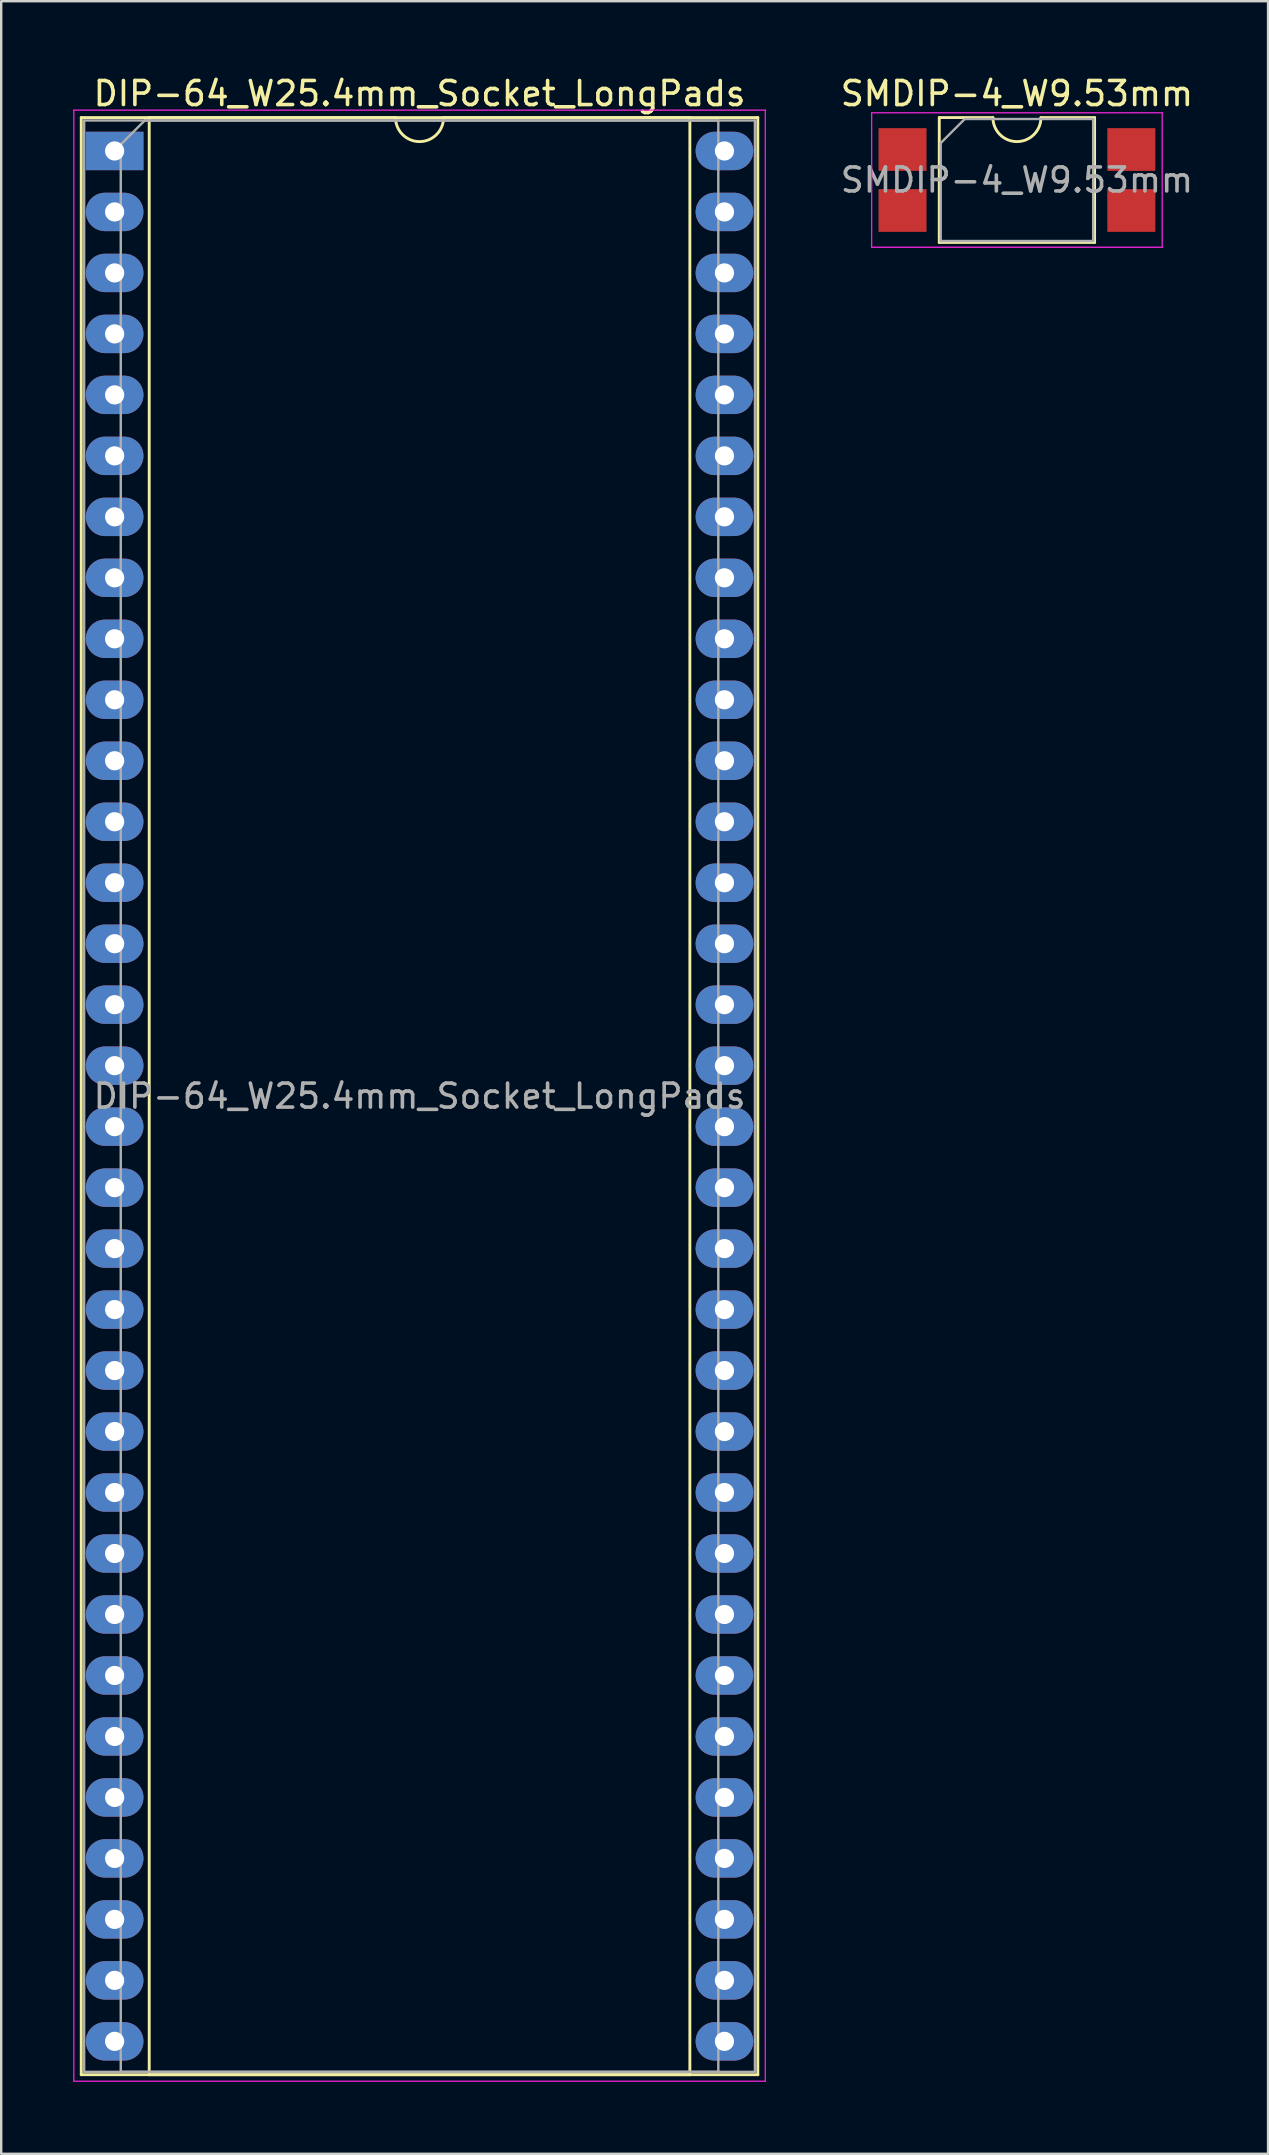
<source format=kicad_pcb>
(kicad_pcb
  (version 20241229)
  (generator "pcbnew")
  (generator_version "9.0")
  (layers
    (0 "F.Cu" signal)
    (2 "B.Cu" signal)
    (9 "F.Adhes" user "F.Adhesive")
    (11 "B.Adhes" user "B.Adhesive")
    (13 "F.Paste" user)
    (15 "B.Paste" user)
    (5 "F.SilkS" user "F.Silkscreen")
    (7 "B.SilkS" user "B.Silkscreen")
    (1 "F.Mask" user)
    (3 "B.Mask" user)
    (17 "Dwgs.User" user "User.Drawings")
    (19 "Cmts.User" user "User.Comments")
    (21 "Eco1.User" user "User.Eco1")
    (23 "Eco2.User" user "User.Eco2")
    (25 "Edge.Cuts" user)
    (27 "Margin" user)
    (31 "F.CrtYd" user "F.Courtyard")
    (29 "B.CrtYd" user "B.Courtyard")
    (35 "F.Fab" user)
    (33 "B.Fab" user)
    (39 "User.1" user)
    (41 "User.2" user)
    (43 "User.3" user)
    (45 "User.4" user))
  (footprint "DIP-64_W25.4mm_Socket_LongPads"
    (layer "F.Cu")
    (at 1.725 3.238)
    (property "Reference" "DIP-64_W25.4mm_Socket_LongPads" (at 12.7 -2.39 0) (layer "F.SilkS") (effects (font (size 1 1) (thickness 0.15))))
    (attr through_hole)
    (fp_line (start -1.39 -1.39) (end -1.39 80.13) (stroke (width 0.12) (type solid)) (layer "F.SilkS"))
    (fp_line (start -1.39 80.13) (end 26.79 80.13) (stroke (width 0.12) (type solid)) (layer "F.SilkS"))
    (fp_line (start 1.44 -1.39) (end 1.44 80.13) (stroke (width 0.12) (type solid)) (layer "F.SilkS"))
    (fp_line (start 1.44 80.13) (end 23.96 80.13) (stroke (width 0.12) (type solid)) (layer "F.SilkS"))
    (fp_line (start 11.7 -1.39) (end 1.44 -1.39) (stroke (width 0.12) (type solid)) (layer "F.SilkS"))
    (fp_line (start 23.96 -1.39) (end 13.7 -1.39) (stroke (width 0.12) (type solid)) (layer "F.SilkS"))
    (fp_line (start 23.96 80.13) (end 23.96 -1.39) (stroke (width 0.12) (type solid)) (layer "F.SilkS"))
    (fp_line (start 26.79 -1.39) (end -1.39 -1.39) (stroke (width 0.12) (type solid)) (layer "F.SilkS"))
    (fp_line (start 26.79 80.13) (end 26.79 -1.39) (stroke (width 0.12) (type solid)) (layer "F.SilkS"))
    (fp_arc (start 13.7 -1.39) (mid 12.7 -0.39) (end 11.7 -1.39) (stroke (width 0.12) (type solid)) (layer "F.SilkS"))
    (fp_line (start -1.7 -1.7) (end -1.7 80.4) (stroke (width 0.05) (type solid)) (layer "F.CrtYd"))
    (fp_line (start -1.7 80.4) (end 27.1 80.4) (stroke (width 0.05) (type solid)) (layer "F.CrtYd"))
    (fp_line (start 27.1 -1.7) (end -1.7 -1.7) (stroke (width 0.05) (type solid)) (layer "F.CrtYd"))
    (fp_line (start 27.1 80.4) (end 27.1 -1.7) (stroke (width 0.05) (type solid)) (layer "F.CrtYd"))
    (fp_line (start -1.27 -1.27) (end -1.27 80.01) (stroke (width 0.1) (type solid)) (layer "F.Fab"))
    (fp_line (start -1.27 80.01) (end 26.67 80.01) (stroke (width 0.1) (type solid)) (layer "F.Fab"))
    (fp_line (start 0.255 -0.27) (end 1.255 -1.27) (stroke (width 0.1) (type solid)) (layer "F.Fab"))
    (fp_line (start 0.255 80.01) (end 0.255 -0.27) (stroke (width 0.1) (type solid)) (layer "F.Fab"))
    (fp_line (start 1.255 -1.27) (end 25.145 -1.27) (stroke (width 0.1) (type solid)) (layer "F.Fab"))
    (fp_line (start 25.145 -1.27) (end 25.145 80.01) (stroke (width 0.1) (type solid)) (layer "F.Fab"))
    (fp_line (start 25.145 80.01) (end 0.255 80.01) (stroke (width 0.1) (type solid)) (layer "F.Fab"))
    (fp_line (start 26.67 -1.27) (end -1.27 -1.27) (stroke (width 0.1) (type solid)) (layer "F.Fab"))
    (fp_line (start 26.67 80.01) (end 26.67 -1.27) (stroke (width 0.1) (type solid)) (layer "F.Fab"))
    (fp_text user "${REFERENCE}" (at 12.7 39.37 0) (layer "F.Fab") (effects (font (size 1 1) (thickness 0.15))))
    (pad "1" thru_hole rect (at 0 0) (size 2.4 1.6) (drill 0.8) (layers "*.Cu" "*.Mask"))
    (pad "2" thru_hole oval (at 0 2.54) (size 2.4 1.6) (drill 0.8) (layers "*.Cu" "*.Mask"))
    (pad "3" thru_hole oval (at 0 5.08) (size 2.4 1.6) (drill 0.8) (layers "*.Cu" "*.Mask"))
    (pad "4" thru_hole oval (at 0 7.62) (size 2.4 1.6) (drill 0.8) (layers "*.Cu" "*.Mask"))
    (pad "5" thru_hole oval (at 0 10.16) (size 2.4 1.6) (drill 0.8) (layers "*.Cu" "*.Mask"))
    (pad "6" thru_hole oval (at 0 12.7) (size 2.4 1.6) (drill 0.8) (layers "*.Cu" "*.Mask"))
    (pad "7" thru_hole oval (at 0 15.24) (size 2.4 1.6) (drill 0.8) (layers "*.Cu" "*.Mask"))
    (pad "8" thru_hole oval (at 0 17.78) (size 2.4 1.6) (drill 0.8) (layers "*.Cu" "*.Mask"))
    (pad "9" thru_hole oval (at 0 20.32) (size 2.4 1.6) (drill 0.8) (layers "*.Cu" "*.Mask"))
    (pad "10" thru_hole oval (at 0 22.86) (size 2.4 1.6) (drill 0.8) (layers "*.Cu" "*.Mask"))
    (pad "11" thru_hole oval (at 0 25.4) (size 2.4 1.6) (drill 0.8) (layers "*.Cu" "*.Mask"))
    (pad "12" thru_hole oval (at 0 27.94) (size 2.4 1.6) (drill 0.8) (layers "*.Cu" "*.Mask"))
    (pad "13" thru_hole oval (at 0 30.48) (size 2.4 1.6) (drill 0.8) (layers "*.Cu" "*.Mask"))
    (pad "14" thru_hole oval (at 0 33.02) (size 2.4 1.6) (drill 0.8) (layers "*.Cu" "*.Mask"))
    (pad "15" thru_hole oval (at 0 35.56) (size 2.4 1.6) (drill 0.8) (layers "*.Cu" "*.Mask"))
    (pad "16" thru_hole oval (at 0 38.1) (size 2.4 1.6) (drill 0.8) (layers "*.Cu" "*.Mask"))
    (pad "17" thru_hole oval (at 0 40.64) (size 2.4 1.6) (drill 0.8) (layers "*.Cu" "*.Mask"))
    (pad "18" thru_hole oval (at 0 43.18) (size 2.4 1.6) (drill 0.8) (layers "*.Cu" "*.Mask"))
    (pad "19" thru_hole oval (at 0 45.72) (size 2.4 1.6) (drill 0.8) (layers "*.Cu" "*.Mask"))
    (pad "20" thru_hole oval (at 0 48.26) (size 2.4 1.6) (drill 0.8) (layers "*.Cu" "*.Mask"))
    (pad "21" thru_hole oval (at 0 50.8) (size 2.4 1.6) (drill 0.8) (layers "*.Cu" "*.Mask"))
    (pad "22" thru_hole oval (at 0 53.34) (size 2.4 1.6) (drill 0.8) (layers "*.Cu" "*.Mask"))
    (pad "23" thru_hole oval (at 0 55.88) (size 2.4 1.6) (drill 0.8) (layers "*.Cu" "*.Mask"))
    (pad "24" thru_hole oval (at 0 58.42) (size 2.4 1.6) (drill 0.8) (layers "*.Cu" "*.Mask"))
    (pad "25" thru_hole oval (at 0 60.96) (size 2.4 1.6) (drill 0.8) (layers "*.Cu" "*.Mask"))
    (pad "26" thru_hole oval (at 0 63.5) (size 2.4 1.6) (drill 0.8) (layers "*.Cu" "*.Mask"))
    (pad "27" thru_hole oval (at 0 66.04) (size 2.4 1.6) (drill 0.8) (layers "*.Cu" "*.Mask"))
    (pad "28" thru_hole oval (at 0 68.58) (size 2.4 1.6) (drill 0.8) (layers "*.Cu" "*.Mask"))
    (pad "29" thru_hole oval (at 0 71.12) (size 2.4 1.6) (drill 0.8) (layers "*.Cu" "*.Mask"))
    (pad "30" thru_hole oval (at 0 73.66) (size 2.4 1.6) (drill 0.8) (layers "*.Cu" "*.Mask"))
    (pad "31" thru_hole oval (at 0 76.2) (size 2.4 1.6) (drill 0.8) (layers "*.Cu" "*.Mask"))
    (pad "32" thru_hole oval (at 0 78.74) (size 2.4 1.6) (drill 0.8) (layers "*.Cu" "*.Mask"))
    (pad "33" thru_hole oval (at 25.4 78.74) (size 2.4 1.6) (drill 0.8) (layers "*.Cu" "*.Mask"))
    (pad "34" thru_hole oval (at 25.4 76.2) (size 2.4 1.6) (drill 0.8) (layers "*.Cu" "*.Mask"))
    (pad "35" thru_hole oval (at 25.4 73.66) (size 2.4 1.6) (drill 0.8) (layers "*.Cu" "*.Mask"))
    (pad "36" thru_hole oval (at 25.4 71.12) (size 2.4 1.6) (drill 0.8) (layers "*.Cu" "*.Mask"))
    (pad "37" thru_hole oval (at 25.4 68.58) (size 2.4 1.6) (drill 0.8) (layers "*.Cu" "*.Mask"))
    (pad "38" thru_hole oval (at 25.4 66.04) (size 2.4 1.6) (drill 0.8) (layers "*.Cu" "*.Mask"))
    (pad "39" thru_hole oval (at 25.4 63.5) (size 2.4 1.6) (drill 0.8) (layers "*.Cu" "*.Mask"))
    (pad "40" thru_hole oval (at 25.4 60.96) (size 2.4 1.6) (drill 0.8) (layers "*.Cu" "*.Mask"))
    (pad "41" thru_hole oval (at 25.4 58.42) (size 2.4 1.6) (drill 0.8) (layers "*.Cu" "*.Mask"))
    (pad "42" thru_hole oval (at 25.4 55.88) (size 2.4 1.6) (drill 0.8) (layers "*.Cu" "*.Mask"))
    (pad "43" thru_hole oval (at 25.4 53.34) (size 2.4 1.6) (drill 0.8) (layers "*.Cu" "*.Mask"))
    (pad "44" thru_hole oval (at 25.4 50.8) (size 2.4 1.6) (drill 0.8) (layers "*.Cu" "*.Mask"))
    (pad "45" thru_hole oval (at 25.4 48.26) (size 2.4 1.6) (drill 0.8) (layers "*.Cu" "*.Mask"))
    (pad "46" thru_hole oval (at 25.4 45.72) (size 2.4 1.6) (drill 0.8) (layers "*.Cu" "*.Mask"))
    (pad "47" thru_hole oval (at 25.4 43.18) (size 2.4 1.6) (drill 0.8) (layers "*.Cu" "*.Mask"))
    (pad "48" thru_hole oval (at 25.4 40.64) (size 2.4 1.6) (drill 0.8) (layers "*.Cu" "*.Mask"))
    (pad "49" thru_hole oval (at 25.4 38.1) (size 2.4 1.6) (drill 0.8) (layers "*.Cu" "*.Mask"))
    (pad "50" thru_hole oval (at 25.4 35.56) (size 2.4 1.6) (drill 0.8) (layers "*.Cu" "*.Mask"))
    (pad "51" thru_hole oval (at 25.4 33.02) (size 2.4 1.6) (drill 0.8) (layers "*.Cu" "*.Mask"))
    (pad "52" thru_hole oval (at 25.4 30.48) (size 2.4 1.6) (drill 0.8) (layers "*.Cu" "*.Mask"))
    (pad "53" thru_hole oval (at 25.4 27.94) (size 2.4 1.6) (drill 0.8) (layers "*.Cu" "*.Mask"))
    (pad "54" thru_hole oval (at 25.4 25.4) (size 2.4 1.6) (drill 0.8) (layers "*.Cu" "*.Mask"))
    (pad "55" thru_hole oval (at 25.4 22.86) (size 2.4 1.6) (drill 0.8) (layers "*.Cu" "*.Mask"))
    (pad "56" thru_hole oval (at 25.4 20.32) (size 2.4 1.6) (drill 0.8) (layers "*.Cu" "*.Mask"))
    (pad "57" thru_hole oval (at 25.4 17.78) (size 2.4 1.6) (drill 0.8) (layers "*.Cu" "*.Mask"))
    (pad "58" thru_hole oval (at 25.4 15.24) (size 2.4 1.6) (drill 0.8) (layers "*.Cu" "*.Mask"))
    (pad "59" thru_hole oval (at 25.4 12.7) (size 2.4 1.6) (drill 0.8) (layers "*.Cu" "*.Mask"))
    (pad "60" thru_hole oval (at 25.4 10.16) (size 2.4 1.6) (drill 0.8) (layers "*.Cu" "*.Mask"))
    (pad "61" thru_hole oval (at 25.4 7.62) (size 2.4 1.6) (drill 0.8) (layers "*.Cu" "*.Mask"))
    (pad "62" thru_hole oval (at 25.4 5.08) (size 2.4 1.6) (drill 0.8) (layers "*.Cu" "*.Mask"))
    (pad "63" thru_hole oval (at 25.4 2.54) (size 2.4 1.6) (drill 0.8) (layers "*.Cu" "*.Mask"))
    (pad "64" thru_hole oval (at 25.4 0) (size 2.4 1.6) (drill 0.8) (layers "*.Cu" "*.Mask")))
  (footprint "SMDIP-4_W9.53mm"
    (layer "F.Cu")
    (at 39.308 4.448)
    (property "Reference" "SMDIP-4_W9.53mm" (at 0 -3.6 0) (layer "F.SilkS") (effects (font (size 1 1) (thickness 0.15))))
    (attr smd)
    (fp_line (start -3.235 -2.6) (end -3.235 2.6) (stroke (width 0.12) (type solid)) (layer "F.SilkS"))
    (fp_line (start -3.235 2.6) (end 3.235 2.6) (stroke (width 0.12) (type solid)) (layer "F.SilkS"))
    (fp_line (start -1 -2.6) (end -3.235 -2.6) (stroke (width 0.12) (type solid)) (layer "F.SilkS"))
    (fp_line (start 3.235 -2.6) (end 1 -2.6) (stroke (width 0.12) (type solid)) (layer "F.SilkS"))
    (fp_line (start 3.235 2.6) (end 3.235 -2.6) (stroke (width 0.12) (type solid)) (layer "F.SilkS"))
    (fp_arc (start 1 -2.6) (mid 0 -1.6) (end -1 -2.6) (stroke (width 0.12) (type solid)) (layer "F.SilkS"))
    (fp_line (start -6.05 -2.8) (end -6.05 2.8) (stroke (width 0.05) (type solid)) (layer "F.CrtYd"))
    (fp_line (start -6.05 2.8) (end 6.05 2.8) (stroke (width 0.05) (type solid)) (layer "F.CrtYd"))
    (fp_line (start 6.05 -2.8) (end -6.05 -2.8) (stroke (width 0.05) (type solid)) (layer "F.CrtYd"))
    (fp_line (start 6.05 2.8) (end 6.05 -2.8) (stroke (width 0.05) (type solid)) (layer "F.CrtYd"))
    (fp_line (start -3.175 -1.54) (end -2.175 -2.54) (stroke (width 0.1) (type solid)) (layer "F.Fab"))
    (fp_line (start -3.175 2.54) (end -3.175 -1.54) (stroke (width 0.1) (type solid)) (layer "F.Fab"))
    (fp_line (start -2.175 -2.54) (end 3.175 -2.54) (stroke (width 0.1) (type solid)) (layer "F.Fab"))
    (fp_line (start 3.175 -2.54) (end 3.175 2.54) (stroke (width 0.1) (type solid)) (layer "F.Fab"))
    (fp_line (start 3.175 2.54) (end -3.175 2.54) (stroke (width 0.1) (type solid)) (layer "F.Fab"))
    (fp_text user "${REFERENCE}" (at 0 0 0) (layer "F.Fab") (effects (font (size 1 1) (thickness 0.15))))
    (pad "1" smd rect (at -4.765 -1.27) (size 2 1.78) (layers "F.Cu" "F.Mask" "F.Paste"))
    (pad "2" smd rect (at -4.765 1.27) (size 2 1.78) (layers "F.Cu" "F.Mask" "F.Paste"))
    (pad "3" smd rect (at 4.765 1.27) (size 2 1.78) (layers "F.Cu" "F.Mask" "F.Paste"))
    (pad "4" smd rect (at 4.765 -1.27) (size 2 1.78) (layers "F.Cu" "F.Mask" "F.Paste")))
  (gr_rect
    (start -3 -3)
    (end 49.767 86.663)
    (stroke (width 0.1) (type default))
    (fill no)
    (layer "Edge.Cuts")))
</source>
